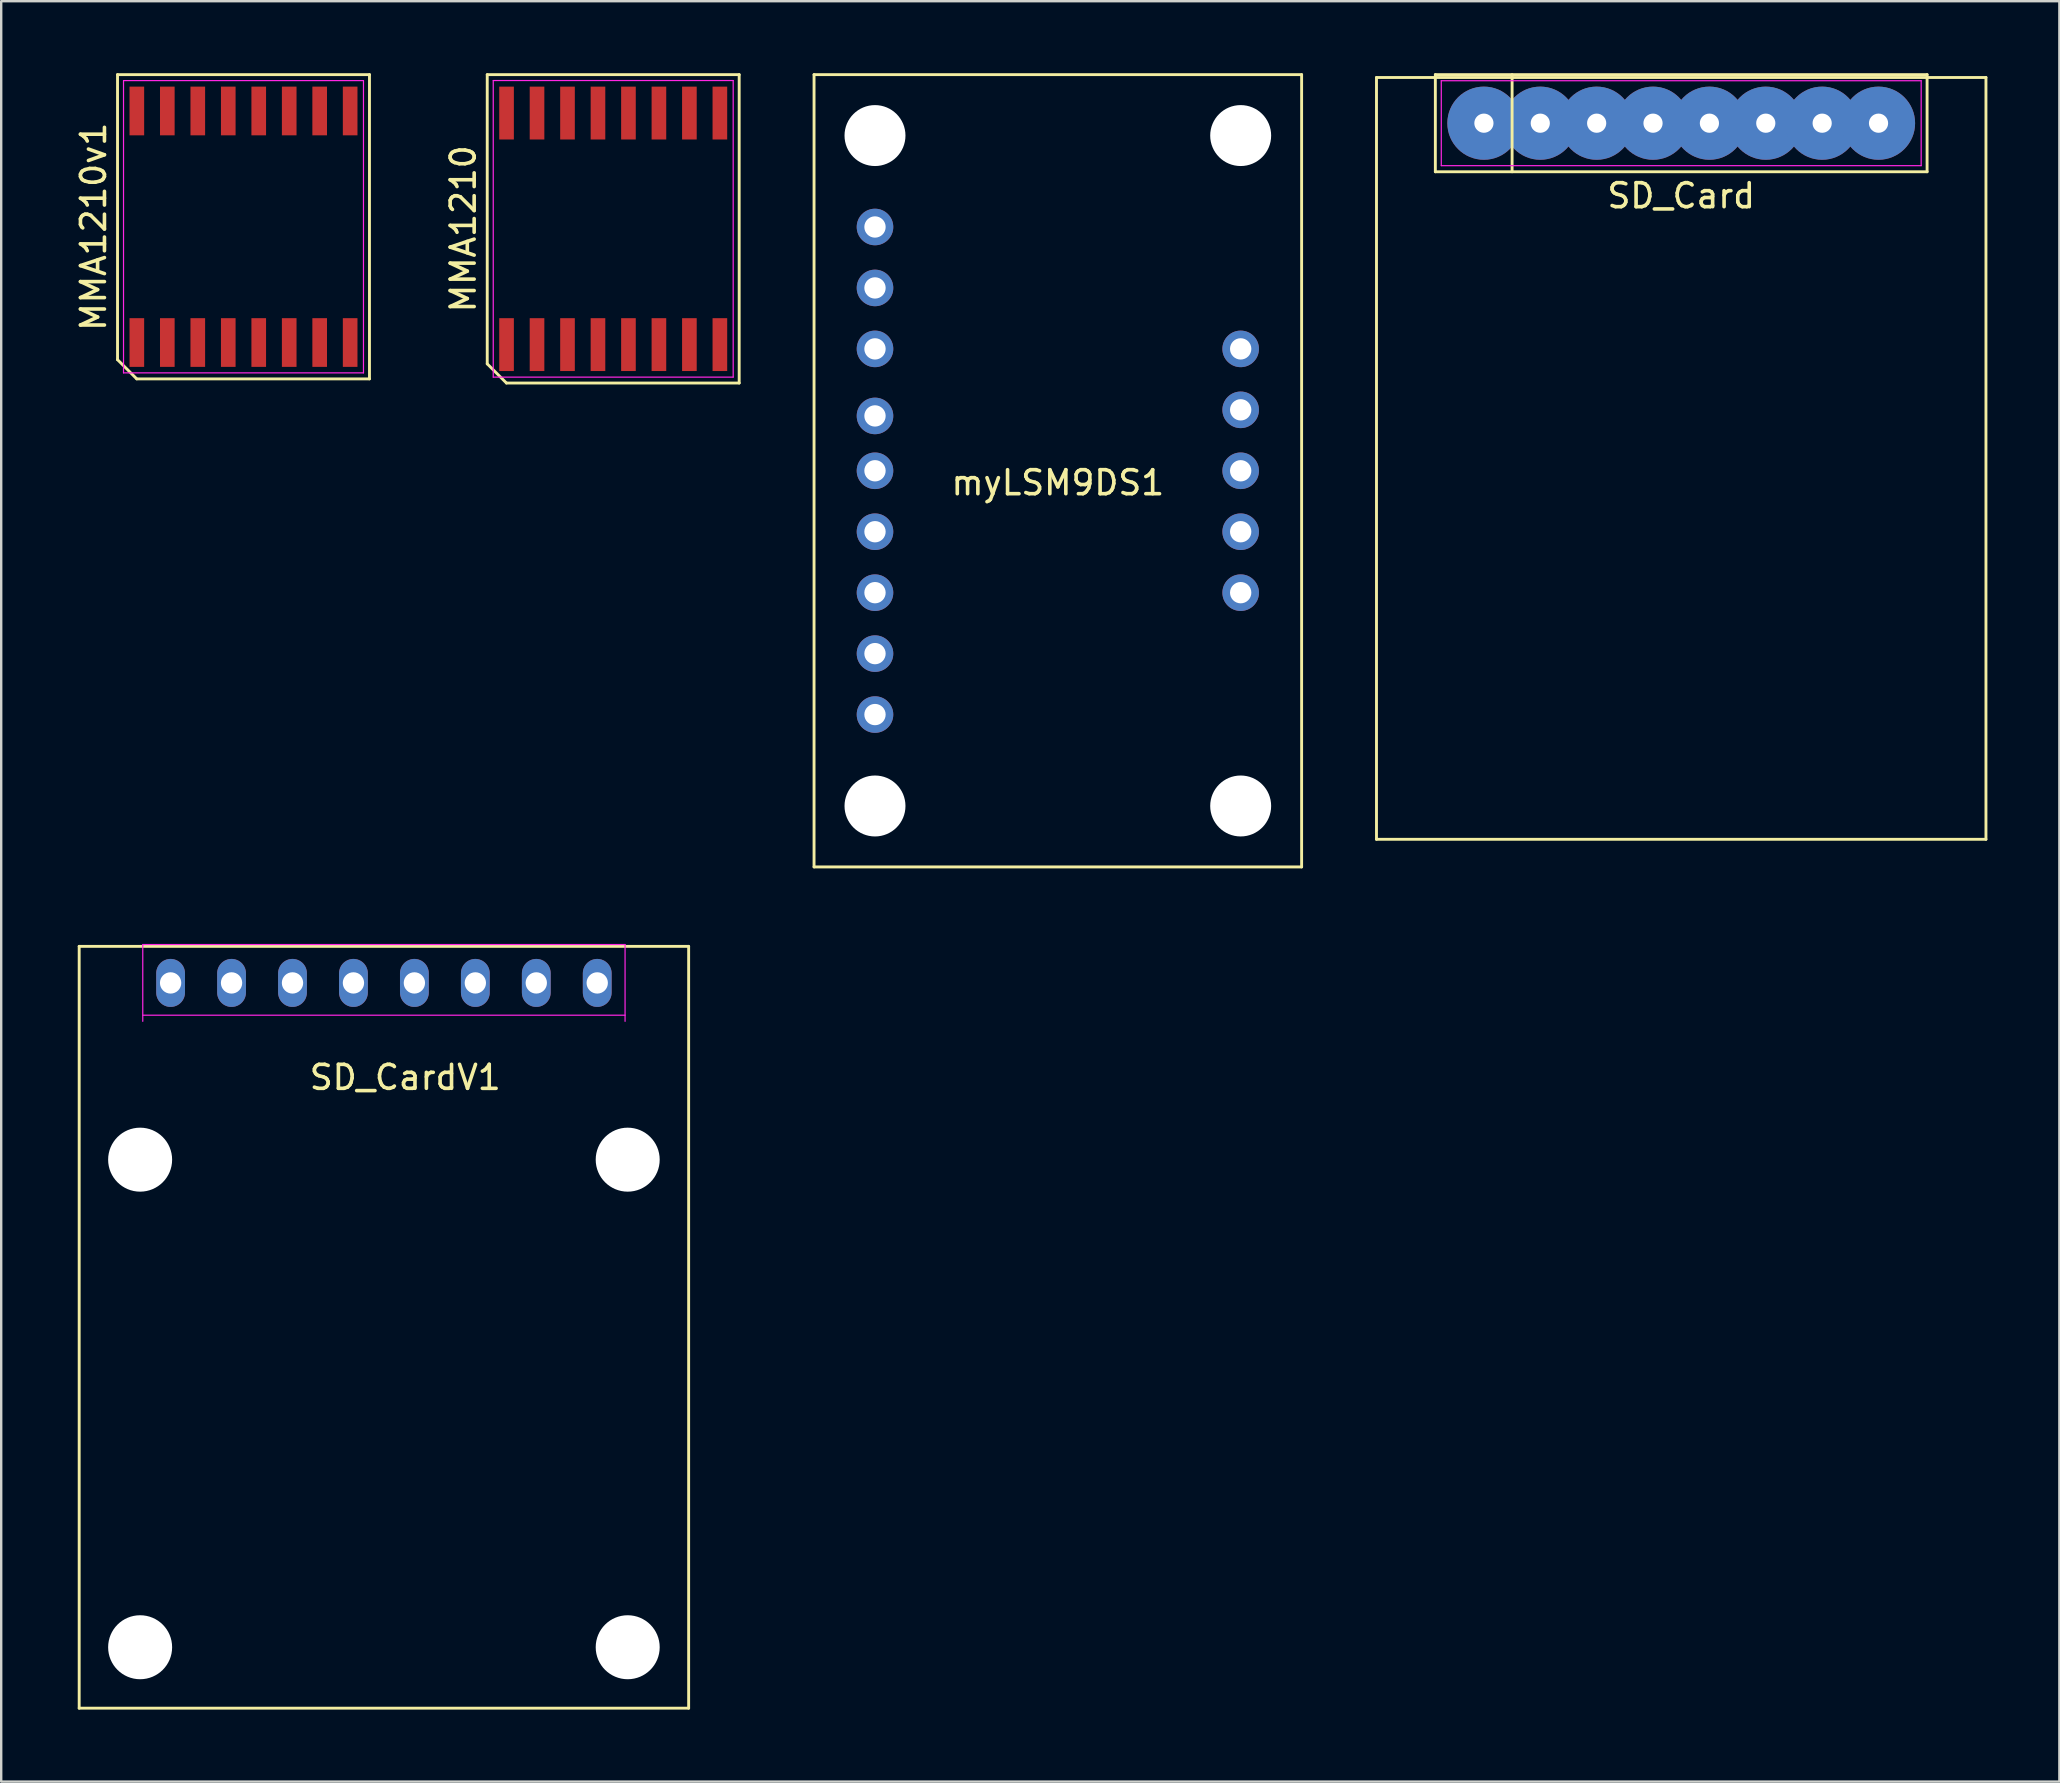
<source format=kicad_pcb>
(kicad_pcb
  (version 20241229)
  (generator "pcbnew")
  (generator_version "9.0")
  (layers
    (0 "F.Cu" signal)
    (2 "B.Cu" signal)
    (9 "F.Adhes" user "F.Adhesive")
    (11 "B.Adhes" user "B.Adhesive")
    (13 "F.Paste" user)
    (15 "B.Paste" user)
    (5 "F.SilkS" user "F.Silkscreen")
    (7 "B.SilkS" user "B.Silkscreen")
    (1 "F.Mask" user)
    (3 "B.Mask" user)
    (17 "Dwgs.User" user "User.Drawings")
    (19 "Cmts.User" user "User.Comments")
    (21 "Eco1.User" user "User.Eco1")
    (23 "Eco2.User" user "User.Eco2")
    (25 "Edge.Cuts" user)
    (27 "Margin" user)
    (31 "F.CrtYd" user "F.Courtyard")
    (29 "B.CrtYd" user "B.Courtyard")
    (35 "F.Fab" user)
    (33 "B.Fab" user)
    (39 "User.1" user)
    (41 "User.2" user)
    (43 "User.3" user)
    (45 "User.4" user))
  (footprint "SD_CardV1"
    (layer "F.Cu")
    (at 0.25 36.39)
    (property "Reference" "SD_CardV1" (at 13.589 5.461 0) (layer "F.SilkS") (effects (font (size 1 1) (thickness 0.15))))
    (attr through_hole)
    (fp_line (start 0 0) (end 25.4 0) (stroke (width 0.12) (type solid)) (layer "F.SilkS"))
    (fp_line (start 0 31.75) (end 0 0) (stroke (width 0.12) (type solid)) (layer "F.SilkS"))
    (fp_line (start 25.4 0) (end 25.4 31.75) (stroke (width 0.12) (type solid)) (layer "F.SilkS"))
    (fp_line (start 25.4 31.75) (end 0 31.75) (stroke (width 0.12) (type solid)) (layer "F.SilkS"))
    (fp_line (start 2.65 -0.076) (end 22.75 -0.076) (stroke (width 0.05) (type solid)) (layer "F.CrtYd"))
    (fp_line (start 2.65 3.124) (end 2.65 -0.076) (stroke (width 0.05) (type solid)) (layer "F.CrtYd"))
    (fp_line (start 22.75 -0.076) (end 22.75 3.124) (stroke (width 0.05) (type solid)) (layer "F.CrtYd"))
    (fp_line (start 22.75 2.87) (end 2.65 2.87) (stroke (width 0.05) (type solid)) (layer "F.CrtYd"))
    (pad "" np_thru_hole circle (at 2.54 8.89) (size 2.667 2.667) (drill 2.667) (layers "*.Cu" "*.Mask"))
    (pad "" np_thru_hole circle (at 2.54 29.21) (size 2.667 2.667) (drill 2.667) (layers "*.Cu" "*.Mask"))
    (pad "" np_thru_hole circle (at 22.86 8.89) (size 2.667 2.667) (drill 2.667) (layers "*.Cu" "*.Mask"))
    (pad "" np_thru_hole circle (at 22.86 29.21) (size 2.667 2.667) (drill 2.667) (layers "*.Cu" "*.Mask"))
    (pad "1" thru_hole oval (at 3.81 1.524) (size 1.2 2) (drill 0.889) (layers "*.Cu" "*.Mask"))
    (pad "2" thru_hole oval (at 6.35 1.524) (size 1.2 2) (drill 0.889) (layers "*.Cu" "*.Mask"))
    (pad "3" thru_hole oval (at 8.89 1.524) (size 1.2 2) (drill 0.889) (layers "*.Cu" "*.Mask"))
    (pad "4" thru_hole oval (at 11.43 1.524) (size 1.2 2) (drill 0.889) (layers "*.Cu" "*.Mask"))
    (pad "5" thru_hole oval (at 13.97 1.524) (size 1.2 2) (drill 0.889) (layers "*.Cu" "*.Mask"))
    (pad "6" thru_hole oval (at 16.51 1.524) (size 1.2 2) (drill 0.889) (layers "*.Cu" "*.Mask"))
    (pad "7" thru_hole oval (at 19.05 1.524) (size 1.2 2) (drill 0.889) (layers "*.Cu" "*.Mask"))
    (pad "8" thru_hole oval (at 21.59 1.524) (size 1.2 2) (drill 0.889) (layers "*.Cu" "*.Mask")))
  (footprint "myLSM9DS1"
    (layer "F.Cu")
    (at 41.036 16.57)
    (property "Reference" "myLSM9DS1" (at 0 0.5 0) (layer "F.SilkS") (effects (font (size 1 1) (thickness 0.15))))
    (attr through_hole)
    (fp_line (start -10.16 -16.51) (end 10.16 -16.51) (stroke (width 0.12) (type solid)) (layer "F.SilkS"))
    (fp_line (start -10.16 16.51) (end -10.16 -16.51) (stroke (width 0.12) (type solid)) (layer "F.SilkS"))
    (fp_line (start 10.16 -16.51) (end 10.16 16.51) (stroke (width 0.12) (type solid)) (layer "F.SilkS"))
    (fp_line (start 10.16 16.51) (end -10.16 16.51) (stroke (width 0.12) (type solid)) (layer "F.SilkS"))
    (pad "" np_thru_hole circle (at -7.62 -13.97) (size 2.54 2.54) (drill 2.54) (layers "*.Cu" "*.Mask"))
    (pad "" np_thru_hole circle (at -7.62 13.97) (size 2.54 2.54) (drill 2.54) (layers "*.Cu" "*.Mask"))
    (pad "" np_thru_hole circle (at 7.62 -13.97) (size 2.54 2.54) (drill 2.54) (layers "*.Cu" "*.Mask"))
    (pad "" np_thru_hole circle (at 7.62 13.97) (size 2.54 2.54) (drill 2.54) (layers "*.Cu" "*.Mask"))
    (pad "1" thru_hole circle (at -7.62 -10.16) (size 1.524 1.524) (drill 0.889) (layers "*.Cu" "*.Mask"))
    (pad "2" thru_hole circle (at -7.62 -7.62) (size 1.524 1.524) (drill 0.889) (layers "*.Cu" "*.Mask"))
    (pad "3" thru_hole circle (at -7.62 -5.08) (size 1.524 1.524) (drill 0.889) (layers "*.Cu" "*.Mask"))
    (pad "4" thru_hole circle (at -7.62 -2.286) (size 1.524 1.524) (drill 0.889) (layers "*.Cu" "*.Mask"))
    (pad "5" thru_hole circle (at -7.62 0) (size 1.524 1.524) (drill 0.889) (layers "*.Cu" "*.Mask"))
    (pad "6" thru_hole circle (at -7.62 2.54) (size 1.524 1.524) (drill 0.889) (layers "*.Cu" "*.Mask"))
    (pad "7" thru_hole circle (at -7.62 5.08) (size 1.524 1.524) (drill 0.889) (layers "*.Cu" "*.Mask"))
    (pad "8" thru_hole circle (at -7.62 7.62) (size 1.524 1.524) (drill 0.889) (layers "*.Cu" "*.Mask"))
    (pad "9" thru_hole circle (at -7.62 10.16) (size 1.524 1.524) (drill 0.889) (layers "*.Cu" "*.Mask" "Eco2.User"))
    (pad "10" thru_hole circle (at 7.62 -5.08) (size 1.524 1.524) (drill 0.889) (layers "*.Cu" "*.Mask"))
    (pad "11" thru_hole circle (at 7.62 -2.54) (size 1.524 1.524) (drill 0.889) (layers "*.Cu" "*.Mask"))
    (pad "12" thru_hole circle (at 7.62 0) (size 1.524 1.524) (drill 0.889) (layers "*.Cu" "*.Mask"))
    (pad "13" thru_hole circle (at 7.62 2.54) (size 1.524 1.524) (drill 0.889) (layers "*.Cu" "*.Mask"))
    (pad "14" thru_hole circle (at 7.62 5.08) (size 1.524 1.524) (drill 0.889) (layers "*.Cu" "*.Mask")))
  (footprint "MMA1210v1"
    (layer "F.Cu")
    (at 7.098 6.4)
    (property "Reference" "MMA1210v1" (at -6.25 0 90) (layer "F.SilkS") (effects (font (size 1 1) (thickness 0.15))))
    (attr smd)
    (fp_line (start -5.25 -6.34) (end 5.25 -6.34) (stroke (width 0.12) (type solid)) (layer "F.SilkS"))
    (fp_line (start -5.25 5.54) (end -5.25 -6.34) (stroke (width 0.12) (type solid)) (layer "F.SilkS"))
    (fp_line (start -4.45 6.34) (end -5.25 5.54) (stroke (width 0.12) (type solid)) (layer "F.SilkS"))
    (fp_line (start 5.25 -6.34) (end 5.25 6.34) (stroke (width 0.12) (type solid)) (layer "F.SilkS"))
    (fp_line (start 5.25 6.34) (end -4.45 6.34) (stroke (width 0.12) (type solid)) (layer "F.SilkS"))
    (fp_line (start -5 -6.09) (end 5 -6.09) (stroke (width 0.05) (type solid)) (layer "F.CrtYd"))
    (fp_line (start -5 6.09) (end -5 -6.09) (stroke (width 0.05) (type solid)) (layer "F.CrtYd"))
    (fp_line (start 5 -6.09) (end 5 6.09) (stroke (width 0.05) (type solid)) (layer "F.CrtYd"))
    (fp_line (start 5 6.09) (end -5 6.09) (stroke (width 0.05) (type solid)) (layer "F.CrtYd"))
    (pad "1" smd rect (at -4.445 4.825) (size 0.61 2.03) (layers "F.Cu" "F.Mask" "F.Paste"))
    (pad "2" smd rect (at -3.175 4.825) (size 0.61 2.03) (layers "F.Cu" "F.Mask" "F.Paste"))
    (pad "3" smd rect (at -1.905 4.825) (size 0.61 2.03) (layers "F.Cu" "F.Mask" "F.Paste"))
    (pad "4" smd rect (at -0.635 4.825) (size 0.61 2.03) (layers "F.Cu" "F.Mask" "F.Paste"))
    (pad "5" smd rect (at 0.635 4.825) (size 0.61 2.03) (layers "F.Cu" "F.Mask" "F.Paste"))
    (pad "6" smd rect (at 1.905 4.825) (size 0.61 2.03) (layers "F.Cu" "F.Mask" "F.Paste"))
    (pad "7" smd rect (at 3.175 4.825) (size 0.61 2.03) (layers "F.Cu" "F.Mask" "F.Paste"))
    (pad "8" smd rect (at 4.445 4.825) (size 0.61 2.03) (layers "F.Cu" "F.Mask" "F.Paste"))
    (pad "9" smd rect (at 4.445 -4.825) (size 0.61 2.03) (layers "F.Cu" "F.Mask" "F.Paste"))
    (pad "10" smd rect (at 3.175 -4.825) (size 0.61 2.03) (layers "F.Cu" "F.Mask" "F.Paste"))
    (pad "11" smd rect (at 1.905 -4.825) (size 0.61 2.03) (layers "F.Cu" "F.Mask" "F.Paste"))
    (pad "12" smd rect (at 0.635 -4.825) (size 0.61 2.03) (layers "F.Cu" "F.Mask" "F.Paste"))
    (pad "13" smd rect (at -0.635 -4.825) (size 0.61 2.03) (layers "F.Cu" "F.Mask" "F.Paste"))
    (pad "14" smd rect (at -1.905 -4.825) (size 0.61 2.03) (layers "F.Cu" "F.Mask" "F.Paste"))
    (pad "15" smd rect (at -3.175 -4.825) (size 0.61 2.03) (layers "F.Cu" "F.Mask" "F.Paste"))
    (pad "16" smd rect (at -4.445 -4.825) (size 0.61 2.03) (layers "F.Cu" "F.Mask" "F.Paste")))
  (footprint "SD_Card"
    (layer "F.Cu")
    (at 67.016 2.084)
    (property "Reference" "SD_Card" (at 0 3.024 0) (layer "F.SilkS") (effects (font (size 1 1) (thickness 0.15))))
    (attr through_hole)
    (fp_line (start -12.7 -1.905) (end -12.7 29.845) (stroke (width 0.12) (type solid)) (layer "F.SilkS"))
    (fp_line (start -12.7 29.845) (end 12.7 29.845) (stroke (width 0.12) (type solid)) (layer "F.SilkS"))
    (fp_line (start -10.247 -2.024) (end 10.247 -2.024) (stroke (width 0.12) (type solid)) (layer "F.SilkS"))
    (fp_line (start -10.247 2.024) (end -10.247 -2.024) (stroke (width 0.12) (type solid)) (layer "F.SilkS"))
    (fp_line (start -7.048 -2.024) (end -7.048 2.024) (stroke (width 0.12) (type solid)) (layer "F.SilkS"))
    (fp_line (start 10.247 -2.024) (end 10.247 2.024) (stroke (width 0.12) (type solid)) (layer "F.SilkS"))
    (fp_line (start 10.247 2.024) (end -10.247 2.024) (stroke (width 0.12) (type solid)) (layer "F.SilkS"))
    (fp_line (start 12.7 -1.905) (end -12.7 -1.905) (stroke (width 0.12) (type solid)) (layer "F.SilkS"))
    (fp_line (start 12.7 29.845) (end 12.7 -1.905) (stroke (width 0.12) (type solid)) (layer "F.SilkS"))
    (fp_line (start -10 -1.77) (end 10 -1.77) (stroke (width 0.05) (type solid)) (layer "F.CrtYd"))
    (fp_line (start -10 1.77) (end -10 -1.77) (stroke (width 0.05) (type solid)) (layer "F.CrtYd"))
    (fp_line (start 10 -1.77) (end 10 1.77) (stroke (width 0.05) (type solid)) (layer "F.CrtYd"))
    (fp_line (start 10 1.77) (end -10 1.77) (stroke (width 0.05) (type solid)) (layer "F.CrtYd"))
    (pad "1" thru_hole circle (at -8.223 0) (size 3.048 3.048) (drill 0.8) (layers "*.Cu" "*.Mask"))
    (pad "2" thru_hole circle (at -5.874 0) (size 3.048 3.048) (drill 0.8) (layers "*.Cu" "*.Mask"))
    (pad "3" thru_hole circle (at -3.524 0) (size 3.048 3.048) (drill 0.8) (layers "*.Cu" "*.Mask"))
    (pad "4" thru_hole circle (at -1.175 0) (size 3.048 3.048) (drill 0.8) (layers "*.Cu" "*.Mask"))
    (pad "5" thru_hole circle (at 1.175 0) (size 3.048 3.048) (drill 0.8) (layers "*.Cu" "*.Mask"))
    (pad "6" thru_hole circle (at 3.524 0) (size 3.048 3.048) (drill 0.8) (layers "*.Cu" "*.Mask"))
    (pad "7" thru_hole circle (at 5.874 0) (size 3.048 3.048) (drill 0.8) (layers "*.Cu" "*.Mask"))
    (pad "8" thru_hole circle (at 8.223 0) (size 3.048 3.048) (drill 0.8) (layers "*.Cu" "*.Mask")))
  (footprint "MMA1210"
    (layer "F.Cu")
    (at 22.506 6.487)
    (property "Reference" "MMA1210" (at -6.25 0 90) (layer "F.SilkS") (effects (font (size 1 1) (thickness 0.15))))
    (attr smd)
    (fp_line (start -5.25 -6.426) (end 5.25 -6.426) (stroke (width 0.12) (type solid)) (layer "F.SilkS"))
    (fp_line (start -5.25 5.627) (end -5.25 -6.426) (stroke (width 0.12) (type solid)) (layer "F.SilkS"))
    (fp_line (start -4.45 6.426) (end -5.25 5.627) (stroke (width 0.12) (type solid)) (layer "F.SilkS"))
    (fp_line (start 5.25 -6.426) (end 5.25 6.426) (stroke (width 0.12) (type solid)) (layer "F.SilkS"))
    (fp_line (start 5.25 6.426) (end -4.45 6.426) (stroke (width 0.12) (type solid)) (layer "F.SilkS"))
    (fp_line (start -5 -6.18) (end 5 -6.18) (stroke (width 0.05) (type solid)) (layer "F.CrtYd"))
    (fp_line (start -5 6.18) (end -5 -6.18) (stroke (width 0.05) (type solid)) (layer "F.CrtYd"))
    (fp_line (start 5 -6.18) (end 5 6.18) (stroke (width 0.05) (type solid)) (layer "F.CrtYd"))
    (fp_line (start 5 6.18) (end -5 6.18) (stroke (width 0.05) (type solid)) (layer "F.CrtYd"))
    (pad "1" smd rect (at -4.445 4.825) (size 0.61 2.203) (layers "F.Cu" "F.Mask" "F.Paste"))
    (pad "2" smd rect (at -3.175 4.825) (size 0.61 2.203) (layers "F.Cu" "F.Mask" "F.Paste"))
    (pad "3" smd rect (at -1.905 4.825) (size 0.61 2.203) (layers "F.Cu" "F.Mask" "F.Paste"))
    (pad "4" smd rect (at -0.635 4.825) (size 0.61 2.203) (layers "F.Cu" "F.Mask" "F.Paste"))
    (pad "5" smd rect (at 0.635 4.825) (size 0.61 2.203) (layers "F.Cu" "F.Mask" "F.Paste"))
    (pad "6" smd rect (at 1.905 4.825) (size 0.61 2.203) (layers "F.Cu" "F.Mask" "F.Paste"))
    (pad "7" smd rect (at 3.175 4.825) (size 0.61 2.203) (layers "F.Cu" "F.Mask" "F.Paste"))
    (pad "8" smd rect (at 4.445 4.825) (size 0.61 2.203) (layers "F.Cu" "F.Mask" "F.Paste"))
    (pad "9" smd rect (at 4.445 -4.825) (size 0.61 2.203) (layers "F.Cu" "F.Mask" "F.Paste"))
    (pad "10" smd rect (at 3.175 -4.825) (size 0.61 2.203) (layers "F.Cu" "F.Mask" "F.Paste"))
    (pad "11" smd rect (at 1.905 -4.825) (size 0.61 2.203) (layers "F.Cu" "F.Mask" "F.Paste"))
    (pad "12" smd rect (at 0.635 -4.825) (size 0.61 2.203) (layers "F.Cu" "F.Mask" "F.Paste"))
    (pad "13" smd rect (at -0.635 -4.825) (size 0.61 2.203) (layers "F.Cu" "F.Mask" "F.Paste"))
    (pad "14" smd rect (at -1.905 -4.825) (size 0.61 2.203) (layers "F.Cu" "F.Mask" "F.Paste"))
    (pad "15" smd rect (at -3.175 -4.825) (size 0.61 2.203) (layers "F.Cu" "F.Mask" "F.Paste"))
    (pad "16" smd rect (at -4.445 -4.825) (size 0.61 2.203) (layers "F.Cu" "F.Mask" "F.Paste")))
  (gr_rect
    (start -3 -3)
    (end 82.776 71.2)
    (stroke (width 0.1) (type default))
    (fill no)
    (layer "Edge.Cuts")))
</source>
